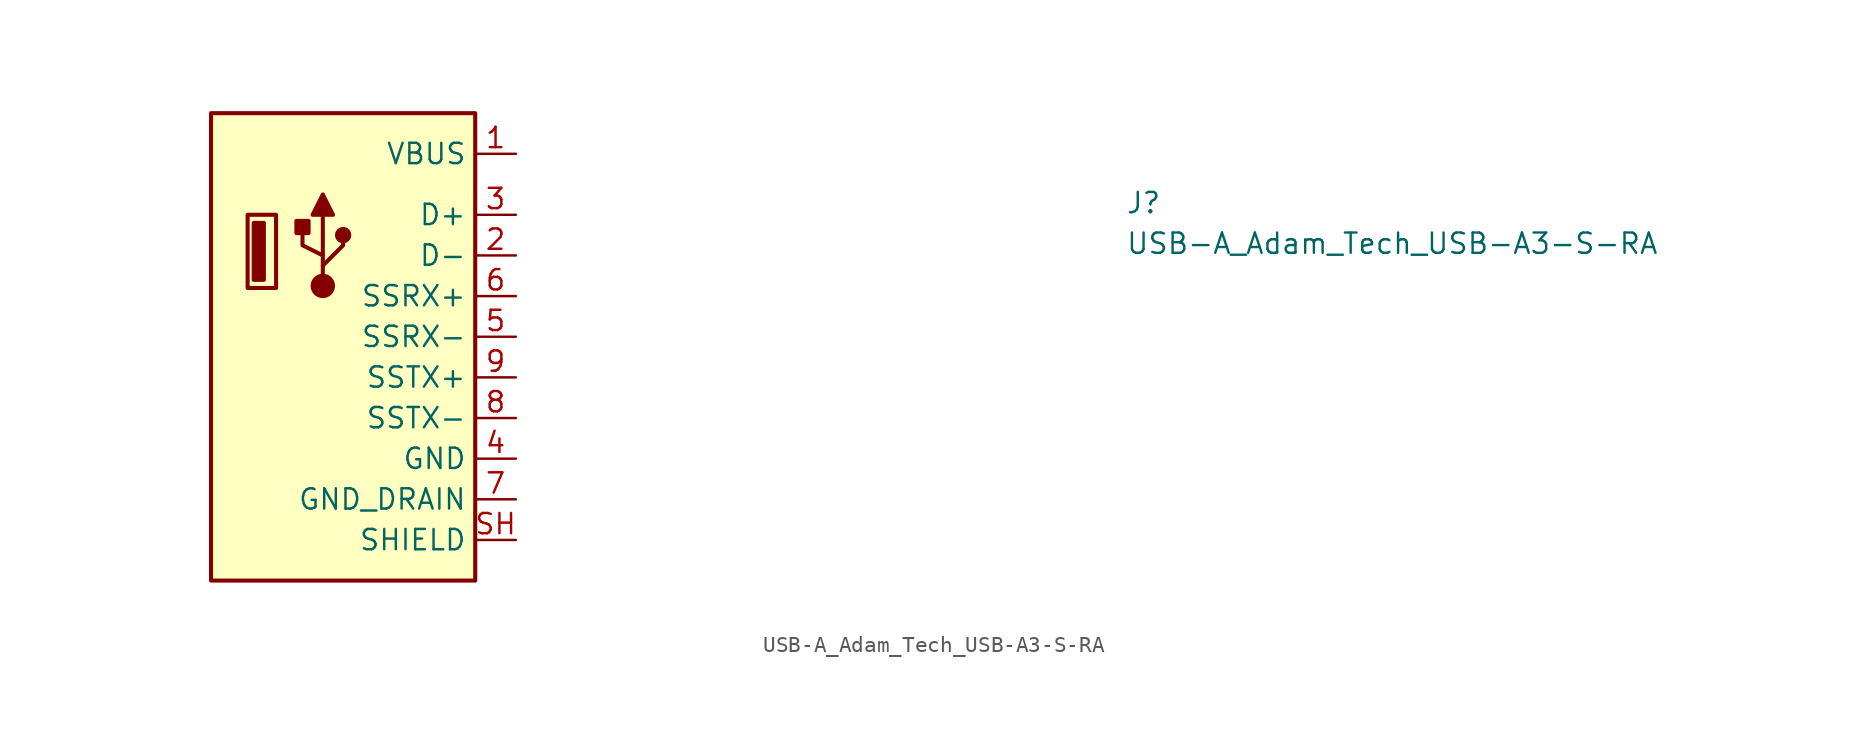
<source format=kicad_sym>
(kicad_symbol_lib
  (version 20220914)
  (generator kicad_symbol_editor)
  (symbol "USB-A_Adam_Tech_USB-A3-S-RA"
    (property "Reference" "J"
      (at 38.1 -3.81 0)
      (effects (font (size 1.27 1.27) (thickness 0.15)) (justify left bottom)))
    (property "Value" "USB-A_Adam_Tech_USB-A3-S-RA"
      (at 38.1 -6.35 0)
      (effects (font (size 1.27 1.27) (thickness 0.15)) (justify left bottom)))
    (symbol "USB-A_Adam_Tech_USB-A3-S-RA_1_1"
      (rectangle (start -19.05 -26.67) (end -2.54 2.54) (stroke (width 0.254) (type default)) (fill (type background)))
      (rectangle (start -16.764 -8.382) (end -14.986 -3.81) (stroke (width 0.254) (type default)) (fill (type background)))
      (rectangle (start -16.383 -7.874) (end -15.748 -4.318) (stroke (width 0.254) (type default)) (fill (type outline)))
      (rectangle (start -13.716 -4.953) (end -12.954 -4.191) (stroke (width 0.254) (type default)) (fill (type outline)))
      (circle (center -12.065 -8.255) (radius 0.635) (stroke (width 0.254) (type default)) (fill (type outline)))
      (circle (center -10.795 -5.08) (radius 0.381) (stroke (width 0.254) (type default)) (fill (type outline)))
      (polyline (pts (xy -12.065 -6.35) (xy -12.065 -3.81)) (stroke (width 0.254) (type default)) (fill (type background)))
      (polyline (pts (xy -12.065 -7.62) (xy -12.065 -6.985) (xy -10.795 -5.715) (xy -10.795 -5.08)) (stroke (width 0.254) (type default)) (fill (type background)))
      (polyline (pts (xy -12.065 -6.985) (xy -12.065 -6.35) (xy -13.335 -5.715) (xy -13.335 -4.445)) (stroke (width 0.254) (type default)) (fill (type background)))
      (polyline (pts (xy -11.43 -3.81) (xy -12.7 -3.81) (xy -12.065 -2.54) (xy -11.43 -3.81)) (stroke (width 0.254) (type default)) (fill (type outline)))
      (pin passive line (at 0 0 180) (length 2.54) (name "VBUS" (effects (font (size 1.27 1.27)))) (number "1" (effects (font (size 1.27 1.27)))))
      (pin bidirectional line (at 0 -6.35 180) (length 2.54) (name "D-" (effects (font (size 1.27 1.27)))) (number "2" (effects (font (size 1.27 1.27)))))
      (pin bidirectional line (at 0 -3.81 180) (length 2.54) (name "D+" (effects (font (size 1.27 1.27)))) (number "3" (effects (font (size 1.27 1.27)))))
      (pin power_in line (at 0 -19.05 180) (length 2.54) (name "GND" (effects (font (size 1.27 1.27)))) (number "4" (effects (font (size 1.27 1.27)))))
      (pin bidirectional line (at 0 -11.43 180) (length 2.54) (name "SSRX-" (effects (font (size 1.27 1.27)))) (number "5" (effects (font (size 1.27 1.27)))))
      (pin bidirectional line (at 0 -8.89 180) (length 2.54) (name "SSRX+" (effects (font (size 1.27 1.27)))) (number "6" (effects (font (size 1.27 1.27)))))
      (pin power_in line (at 0 -21.59 180) (length 2.54) (name "GND_DRAIN" (effects (font (size 1.27 1.27)))) (number "7" (effects (font (size 1.27 1.27)))))
      (pin bidirectional line (at 0 -16.51 180) (length 2.54) (name "SSTX-" (effects (font (size 1.27 1.27)))) (number "8" (effects (font (size 1.27 1.27)))))
      (pin bidirectional line (at 0 -13.97 180) (length 2.54) (name "SSTX+" (effects (font (size 1.27 1.27)))) (number "9" (effects (font (size 1.27 1.27)))))
      (pin passive line (at 0 -24.13 180) (length 2.54) (name "SHIELD" (effects (font (size 1.27 1.27)))) (number "SH" (effects (font (size 1.27 1.27))))))))
</source>
